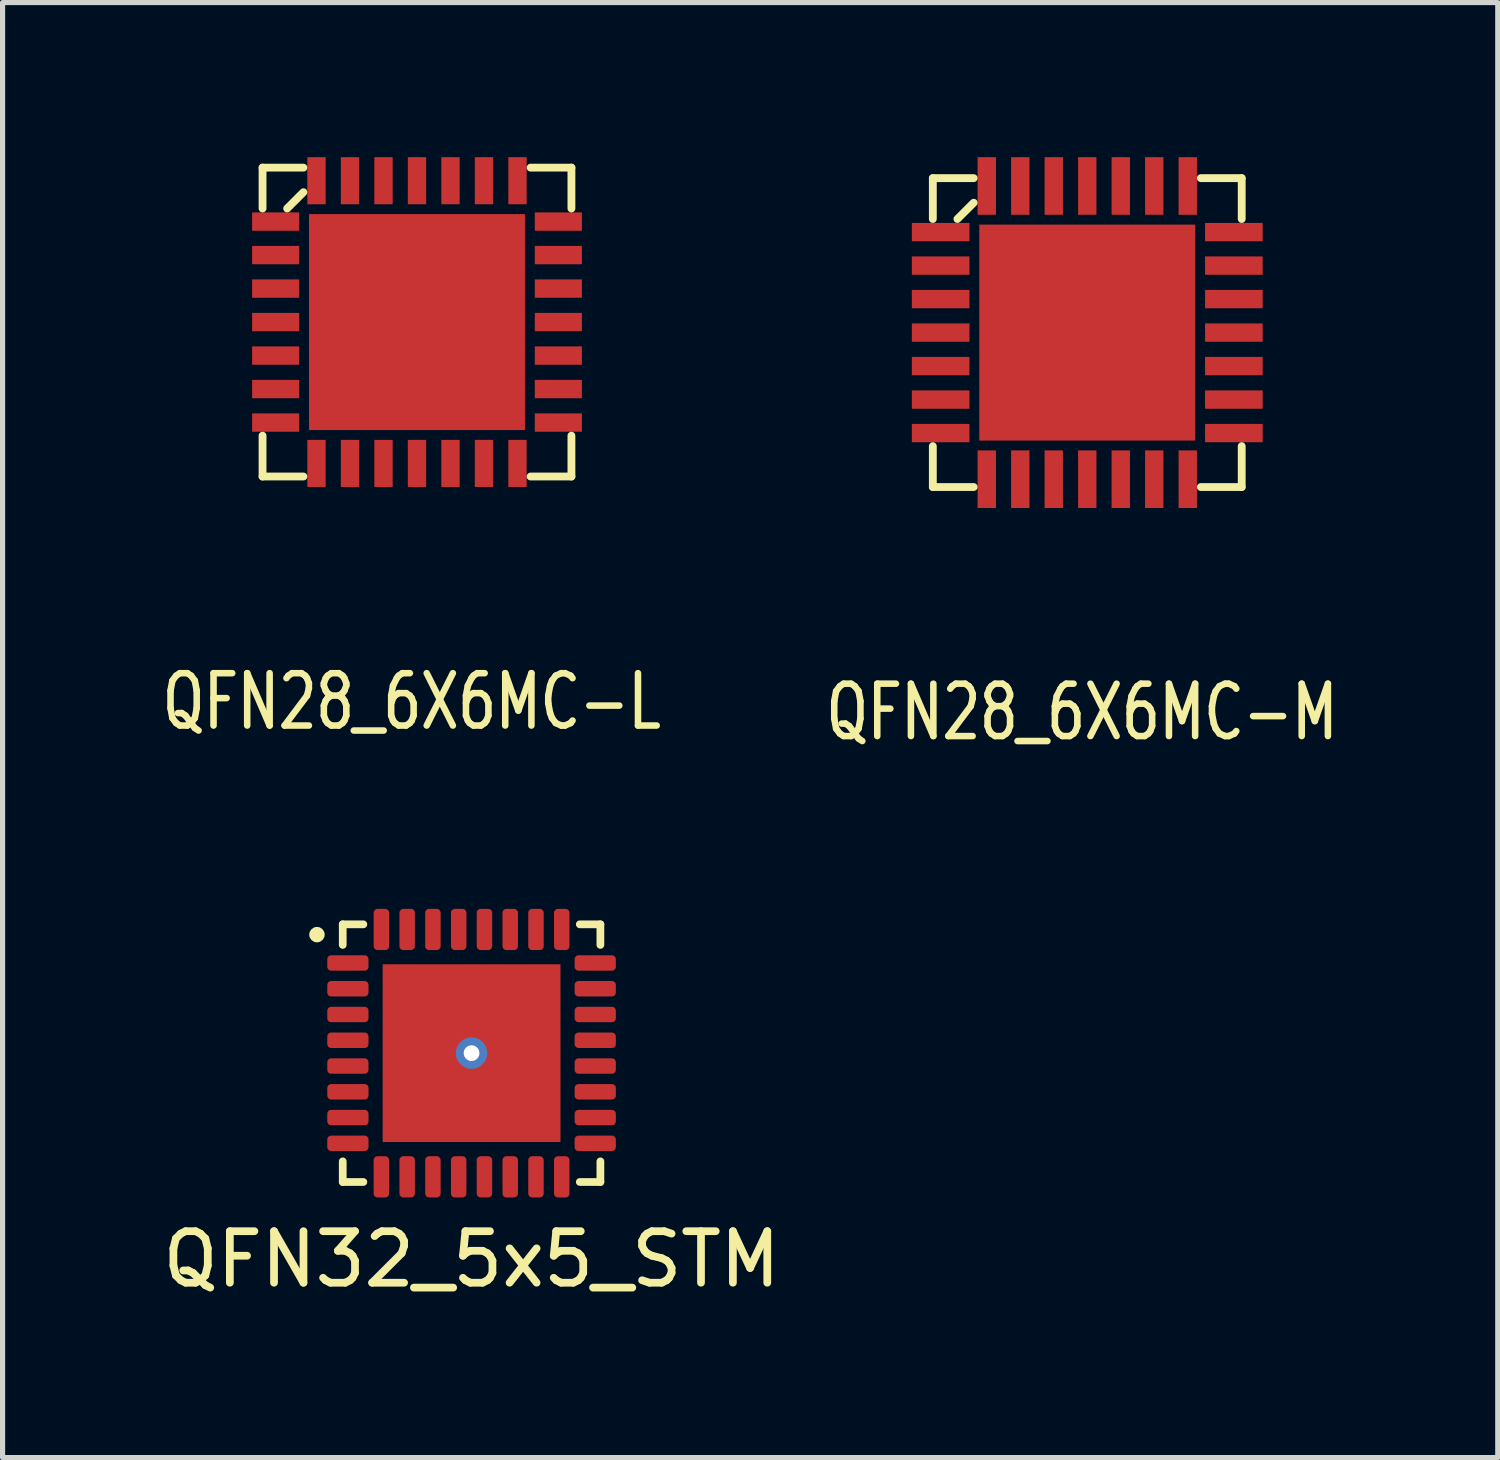
<source format=kicad_pcb>
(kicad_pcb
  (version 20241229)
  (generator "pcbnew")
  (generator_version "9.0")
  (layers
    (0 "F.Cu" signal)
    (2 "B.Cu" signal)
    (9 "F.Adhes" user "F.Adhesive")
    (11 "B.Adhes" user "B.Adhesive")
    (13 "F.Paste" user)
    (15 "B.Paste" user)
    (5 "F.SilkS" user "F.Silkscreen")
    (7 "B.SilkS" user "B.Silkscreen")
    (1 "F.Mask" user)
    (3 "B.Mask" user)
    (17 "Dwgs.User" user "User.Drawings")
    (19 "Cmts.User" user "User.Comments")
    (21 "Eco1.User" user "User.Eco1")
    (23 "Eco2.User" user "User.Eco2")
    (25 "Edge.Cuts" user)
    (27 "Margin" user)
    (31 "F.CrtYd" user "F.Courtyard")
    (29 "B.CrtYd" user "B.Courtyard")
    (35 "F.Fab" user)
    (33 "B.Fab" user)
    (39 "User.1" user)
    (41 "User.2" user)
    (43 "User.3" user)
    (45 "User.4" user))
  (footprint "QFN28_6X6MC-M"
    (layer "F.Cu")
    (at 18.049 3.404)
    (property "Reference" "QFN28_6X6MC-M" (at -0.102 7.366 0) (layer "F.SilkS") (effects (font (size 1.016 0.762) (thickness 0.127))))
    (attr smd)
    (fp_line (start -2.997 -2.997) (end -2.997 -2.204) (stroke (width 0.152) (type solid)) (layer "F.SilkS"))
    (fp_line (start -2.997 2.204) (end -2.997 2.997) (stroke (width 0.152) (type solid)) (layer "F.SilkS"))
    (fp_line (start -2.997 2.997) (end -2.204 2.997) (stroke (width 0.152) (type solid)) (layer "F.SilkS"))
    (fp_line (start -2.52 -2.204) (end -2.204 -2.52) (stroke (width 0.152) (type solid)) (layer "F.SilkS"))
    (fp_line (start -2.204 -2.997) (end -2.997 -2.997) (stroke (width 0.152) (type solid)) (layer "F.SilkS"))
    (fp_line (start 2.204 2.997) (end 2.997 2.997) (stroke (width 0.152) (type solid)) (layer "F.SilkS"))
    (fp_line (start 2.997 -2.997) (end 2.204 -2.997) (stroke (width 0.152) (type solid)) (layer "F.SilkS"))
    (fp_line (start 2.997 -2.204) (end 2.997 -2.997) (stroke (width 0.152) (type solid)) (layer "F.SilkS"))
    (fp_line (start 2.997 2.997) (end 2.997 2.204) (stroke (width 0.152) (type solid)) (layer "F.SilkS"))
    (pad "1" smd rect (at -2.845 -1.95) (size 1.118 0.356) (layers "F.Cu" "F.Mask" "F.Paste"))
    (pad "2" smd rect (at -2.845 -1.3) (size 1.118 0.356) (layers "F.Cu" "F.Mask" "F.Paste"))
    (pad "3" smd rect (at -2.845 -0.65) (size 1.118 0.356) (layers "F.Cu" "F.Mask" "F.Paste"))
    (pad "4" smd rect (at -2.845 0) (size 1.118 0.356) (layers "F.Cu" "F.Mask" "F.Paste"))
    (pad "5" smd rect (at -2.845 0.65) (size 1.118 0.356) (layers "F.Cu" "F.Mask" "F.Paste"))
    (pad "6" smd rect (at -2.845 1.3) (size 1.118 0.356) (layers "F.Cu" "F.Mask" "F.Paste"))
    (pad "7" smd rect (at -2.845 1.95) (size 1.118 0.356) (layers "F.Cu" "F.Mask" "F.Paste"))
    (pad "8" smd rect (at -1.95 2.845 270) (size 1.118 0.356) (layers "F.Cu" "F.Mask" "F.Paste"))
    (pad "9" smd rect (at -1.3 2.845 270) (size 1.118 0.356) (layers "F.Cu" "F.Mask" "F.Paste"))
    (pad "10" smd rect (at -0.65 2.845 270) (size 1.118 0.356) (layers "F.Cu" "F.Mask" "F.Paste"))
    (pad "11" smd rect (at 0 2.845 270) (size 1.118 0.356) (layers "F.Cu" "F.Mask" "F.Paste"))
    (pad "12" smd rect (at 0.65 2.845 270) (size 1.118 0.356) (layers "F.Cu" "F.Mask" "F.Paste"))
    (pad "13" smd rect (at 1.3 2.845 270) (size 1.118 0.356) (layers "F.Cu" "F.Mask" "F.Paste"))
    (pad "14" smd rect (at 1.95 2.845 270) (size 1.118 0.356) (layers "F.Cu" "F.Mask" "F.Paste"))
    (pad "15" smd rect (at 2.845 1.95) (size 1.118 0.356) (layers "F.Cu" "F.Mask" "F.Paste"))
    (pad "16" smd rect (at 2.845 1.3) (size 1.118 0.356) (layers "F.Cu" "F.Mask" "F.Paste"))
    (pad "17" smd rect (at 2.845 0.65) (size 1.118 0.356) (layers "F.Cu" "F.Mask" "F.Paste"))
    (pad "18" smd rect (at 2.845 0) (size 1.118 0.356) (layers "F.Cu" "F.Mask" "F.Paste"))
    (pad "19" smd rect (at 2.845 -0.65) (size 1.118 0.356) (layers "F.Cu" "F.Mask" "F.Paste"))
    (pad "20" smd rect (at 2.845 -1.3) (size 1.118 0.356) (layers "F.Cu" "F.Mask" "F.Paste"))
    (pad "21" smd rect (at 2.845 -1.95) (size 1.118 0.356) (layers "F.Cu" "F.Mask" "F.Paste"))
    (pad "22" smd rect (at 1.95 -2.845 270) (size 1.118 0.356) (layers "F.Cu" "F.Mask" "F.Paste"))
    (pad "23" smd rect (at 1.3 -2.845 270) (size 1.118 0.356) (layers "F.Cu" "F.Mask" "F.Paste"))
    (pad "24" smd rect (at 0.65 -2.845 270) (size 1.118 0.356) (layers "F.Cu" "F.Mask" "F.Paste"))
    (pad "25" smd rect (at 0 -2.845 270) (size 1.118 0.356) (layers "F.Cu" "F.Mask" "F.Paste"))
    (pad "26" smd rect (at -0.65 -2.845 270) (size 1.118 0.356) (layers "F.Cu" "F.Mask" "F.Paste"))
    (pad "27" smd rect (at -1.3 -2.845 270) (size 1.118 0.356) (layers "F.Cu" "F.Mask" "F.Paste"))
    (pad "28" smd rect (at -1.95 -2.845 270) (size 1.118 0.356) (layers "F.Cu" "F.Mask" "F.Paste"))
    (pad "29" smd rect (at 0 0) (size 4.191 4.191) (layers "F.Cu" "F.Mask" "F.Paste")))
  (footprint "QFN32_5x5_STM"
    (layer "F.Cu")
    (at 6.101 17.387)
    (property "Reference" "QFN32_5x5_STM" (at 0 4 0) (layer "F.SilkS") (effects (font (size 1 1) (thickness 0.15))))
    (attr smd)
    (fp_line (start -2.5 -2.5) (end -2.5 -2.1) (stroke (width 0.15) (type solid)) (layer "F.SilkS"))
    (fp_line (start -2.5 -2.5) (end -2.1 -2.5) (stroke (width 0.15) (type solid)) (layer "F.SilkS"))
    (fp_line (start -2.5 2.5) (end -2.5 2.1) (stroke (width 0.15) (type solid)) (layer "F.SilkS"))
    (fp_line (start -2.5 2.5) (end -2.1 2.5) (stroke (width 0.15) (type solid)) (layer "F.SilkS"))
    (fp_line (start 2.5 -2.5) (end 2.1 -2.5) (stroke (width 0.15) (type solid)) (layer "F.SilkS"))
    (fp_line (start 2.5 -2.5) (end 2.5 -2.1) (stroke (width 0.15) (type solid)) (layer "F.SilkS"))
    (fp_line (start 2.5 2.5) (end 2.1 2.5) (stroke (width 0.15) (type solid)) (layer "F.SilkS"))
    (fp_line (start 2.5 2.5) (end 2.5 2.1) (stroke (width 0.15) (type solid)) (layer "F.SilkS"))
    (fp_circle (center -3 -2.3) (end -2.925 -2.3) (stroke (width 0.15) (type solid)) (fill no) (layer "F.SilkS"))
    (pad "1" smd roundrect (at -2.4 -1.75) (size 0.8 0.3) (layers "F.Cu" "F.Mask" "F.Paste") (roundrect_rratio 0.25))
    (pad "2" smd roundrect (at -2.4 -1.25) (size 0.8 0.3) (layers "F.Cu" "F.Mask" "F.Paste") (roundrect_rratio 0.25))
    (pad "3" smd roundrect (at -2.4 -0.75) (size 0.8 0.3) (layers "F.Cu" "F.Mask" "F.Paste") (roundrect_rratio 0.25))
    (pad "4" smd roundrect (at -2.4 -0.25) (size 0.8 0.3) (layers "F.Cu" "F.Mask" "F.Paste") (roundrect_rratio 0.25))
    (pad "5" smd roundrect (at -2.4 0.25) (size 0.8 0.3) (layers "F.Cu" "F.Mask" "F.Paste") (roundrect_rratio 0.25))
    (pad "6" smd roundrect (at -2.4 0.75) (size 0.8 0.3) (layers "F.Cu" "F.Mask" "F.Paste") (roundrect_rratio 0.25))
    (pad "7" smd roundrect (at -2.4 1.25) (size 0.8 0.3) (layers "F.Cu" "F.Mask" "F.Paste") (roundrect_rratio 0.25))
    (pad "8" smd roundrect (at -2.4 1.75) (size 0.8 0.3) (layers "F.Cu" "F.Mask" "F.Paste") (roundrect_rratio 0.25))
    (pad "9" smd roundrect (at -1.75 2.4) (size 0.3 0.8) (layers "F.Cu" "F.Mask" "F.Paste") (roundrect_rratio 0.25))
    (pad "10" smd roundrect (at -1.25 2.4) (size 0.3 0.8) (layers "F.Cu" "F.Mask" "F.Paste") (roundrect_rratio 0.25))
    (pad "11" smd roundrect (at -0.75 2.4) (size 0.3 0.8) (layers "F.Cu" "F.Mask" "F.Paste") (roundrect_rratio 0.25))
    (pad "12" smd roundrect (at -0.25 2.4) (size 0.3 0.8) (layers "F.Cu" "F.Mask" "F.Paste") (roundrect_rratio 0.25))
    (pad "13" smd roundrect (at 0.25 2.4) (size 0.3 0.8) (layers "F.Cu" "F.Mask" "F.Paste") (roundrect_rratio 0.25))
    (pad "14" smd roundrect (at 0.75 2.4) (size 0.3 0.8) (layers "F.Cu" "F.Mask" "F.Paste") (roundrect_rratio 0.25))
    (pad "15" smd roundrect (at 1.25 2.4) (size 0.3 0.8) (layers "F.Cu" "F.Mask" "F.Paste") (roundrect_rratio 0.25))
    (pad "16" smd roundrect (at 1.75 2.4) (size 0.3 0.8) (layers "F.Cu" "F.Mask" "F.Paste") (roundrect_rratio 0.25))
    (pad "17" smd roundrect (at 2.4 1.75) (size 0.8 0.3) (layers "F.Cu" "F.Mask" "F.Paste") (roundrect_rratio 0.25))
    (pad "18" smd roundrect (at 2.4 1.25) (size 0.8 0.3) (layers "F.Cu" "F.Mask" "F.Paste") (roundrect_rratio 0.25))
    (pad "19" smd roundrect (at 2.4 0.75) (size 0.8 0.3) (layers "F.Cu" "F.Mask" "F.Paste") (roundrect_rratio 0.25))
    (pad "20" smd roundrect (at 2.4 0.25) (size 0.8 0.3) (layers "F.Cu" "F.Mask" "F.Paste") (roundrect_rratio 0.25))
    (pad "21" smd roundrect (at 2.4 -0.25) (size 0.8 0.3) (layers "F.Cu" "F.Mask" "F.Paste") (roundrect_rratio 0.25))
    (pad "22" smd roundrect (at 2.4 -0.75) (size 0.8 0.3) (layers "F.Cu" "F.Mask" "F.Paste") (roundrect_rratio 0.25))
    (pad "23" smd roundrect (at 2.4 -1.25) (size 0.8 0.3) (layers "F.Cu" "F.Mask" "F.Paste") (roundrect_rratio 0.25))
    (pad "24" smd roundrect (at 2.4 -1.75) (size 0.8 0.3) (layers "F.Cu" "F.Mask" "F.Paste") (roundrect_rratio 0.25))
    (pad "25" smd roundrect (at 1.75 -2.4) (size 0.3 0.8) (layers "F.Cu" "F.Mask" "F.Paste") (roundrect_rratio 0.25))
    (pad "26" smd roundrect (at 1.25 -2.4) (size 0.3 0.8) (layers "F.Cu" "F.Mask" "F.Paste") (roundrect_rratio 0.25))
    (pad "27" smd roundrect (at 0.75 -2.4) (size 0.3 0.8) (layers "F.Cu" "F.Mask" "F.Paste") (roundrect_rratio 0.25))
    (pad "28" smd roundrect (at 0.25 -2.4) (size 0.3 0.8) (layers "F.Cu" "F.Mask" "F.Paste") (roundrect_rratio 0.25))
    (pad "29" smd roundrect (at -0.25 -2.4) (size 0.3 0.8) (layers "F.Cu" "F.Mask" "F.Paste") (roundrect_rratio 0.25))
    (pad "30" smd roundrect (at -0.75 -2.4) (size 0.3 0.8) (layers "F.Cu" "F.Mask" "F.Paste") (roundrect_rratio 0.25))
    (pad "31" smd roundrect (at -1.25 -2.4) (size 0.3 0.8) (layers "F.Cu" "F.Mask" "F.Paste") (roundrect_rratio 0.25))
    (pad "32" smd roundrect (at -1.75 -2.4) (size 0.3 0.8) (layers "F.Cu" "F.Mask" "F.Paste") (roundrect_rratio 0.25))
    (pad "33" thru_hole circle (at 0 0) (size 0.61 0.61) (drill 0.305) (layers "*.Cu" "*.Mask"))
    (pad "33" smd rect (at 0 0) (size 3.45 3.45) (layers "F.Cu" "F.Mask" "F.Paste")))
  (footprint "QFN28_6X6MC-L"
    (layer "F.Cu")
    (at 5.042 3.2)
    (property "Reference" "QFN28_6X6MC-L" (at -0.102 7.366 0) (layer "F.SilkS") (effects (font (size 1.016 0.762) (thickness 0.127))))
    (attr smd)
    (fp_line (start -2.997 -2.997) (end -2.997 -2.204) (stroke (width 0.152) (type solid)) (layer "F.SilkS"))
    (fp_line (start -2.997 2.204) (end -2.997 2.997) (stroke (width 0.152) (type solid)) (layer "F.SilkS"))
    (fp_line (start -2.997 2.997) (end -2.204 2.997) (stroke (width 0.152) (type solid)) (layer "F.SilkS"))
    (fp_line (start -2.52 -2.204) (end -2.204 -2.52) (stroke (width 0.152) (type solid)) (layer "F.SilkS"))
    (fp_line (start -2.204 -2.997) (end -2.997 -2.997) (stroke (width 0.152) (type solid)) (layer "F.SilkS"))
    (fp_line (start 2.204 2.997) (end 2.997 2.997) (stroke (width 0.152) (type solid)) (layer "F.SilkS"))
    (fp_line (start 2.997 -2.997) (end 2.204 -2.997) (stroke (width 0.152) (type solid)) (layer "F.SilkS"))
    (fp_line (start 2.997 -2.204) (end 2.997 -2.997) (stroke (width 0.152) (type solid)) (layer "F.SilkS"))
    (fp_line (start 2.997 2.997) (end 2.997 2.204) (stroke (width 0.152) (type solid)) (layer "F.SilkS"))
    (pad "1" smd rect (at -2.743 -1.95) (size 0.914 0.356) (layers "F.Cu" "F.Mask" "F.Paste"))
    (pad "2" smd rect (at -2.743 -1.3) (size 0.914 0.356) (layers "F.Cu" "F.Mask" "F.Paste"))
    (pad "3" smd rect (at -2.743 -0.65) (size 0.914 0.356) (layers "F.Cu" "F.Mask" "F.Paste"))
    (pad "4" smd rect (at -2.743 0) (size 0.914 0.356) (layers "F.Cu" "F.Mask" "F.Paste"))
    (pad "5" smd rect (at -2.743 0.65) (size 0.914 0.356) (layers "F.Cu" "F.Mask" "F.Paste"))
    (pad "6" smd rect (at -2.743 1.3) (size 0.914 0.356) (layers "F.Cu" "F.Mask" "F.Paste"))
    (pad "7" smd rect (at -2.743 1.95) (size 0.914 0.356) (layers "F.Cu" "F.Mask" "F.Paste"))
    (pad "8" smd rect (at -1.95 2.743 270) (size 0.914 0.356) (layers "F.Cu" "F.Mask" "F.Paste"))
    (pad "9" smd rect (at -1.3 2.743 270) (size 0.914 0.356) (layers "F.Cu" "F.Mask" "F.Paste"))
    (pad "10" smd rect (at -0.65 2.743 270) (size 0.914 0.356) (layers "F.Cu" "F.Mask" "F.Paste"))
    (pad "11" smd rect (at 0 2.743 270) (size 0.914 0.356) (layers "F.Cu" "F.Mask" "F.Paste"))
    (pad "12" smd rect (at 0.65 2.743 270) (size 0.914 0.356) (layers "F.Cu" "F.Mask" "F.Paste"))
    (pad "13" smd rect (at 1.3 2.743 270) (size 0.914 0.356) (layers "F.Cu" "F.Mask" "F.Paste"))
    (pad "14" smd rect (at 1.95 2.743 270) (size 0.914 0.356) (layers "F.Cu" "F.Mask" "F.Paste"))
    (pad "15" smd rect (at 2.743 1.95) (size 0.914 0.356) (layers "F.Cu" "F.Mask" "F.Paste"))
    (pad "16" smd rect (at 2.743 1.3) (size 0.914 0.356) (layers "F.Cu" "F.Mask" "F.Paste"))
    (pad "17" smd rect (at 2.743 0.65) (size 0.914 0.356) (layers "F.Cu" "F.Mask" "F.Paste"))
    (pad "18" smd rect (at 2.743 0) (size 0.914 0.356) (layers "F.Cu" "F.Mask" "F.Paste"))
    (pad "19" smd rect (at 2.743 -0.65) (size 0.914 0.356) (layers "F.Cu" "F.Mask" "F.Paste"))
    (pad "20" smd rect (at 2.743 -1.3) (size 0.914 0.356) (layers "F.Cu" "F.Mask" "F.Paste"))
    (pad "21" smd rect (at 2.743 -1.95) (size 0.914 0.356) (layers "F.Cu" "F.Mask" "F.Paste"))
    (pad "22" smd rect (at 1.95 -2.743 270) (size 0.914 0.356) (layers "F.Cu" "F.Mask" "F.Paste"))
    (pad "23" smd rect (at 1.3 -2.743 270) (size 0.914 0.356) (layers "F.Cu" "F.Mask" "F.Paste"))
    (pad "24" smd rect (at 0.65 -2.743 270) (size 0.914 0.356) (layers "F.Cu" "F.Mask" "F.Paste"))
    (pad "25" smd rect (at 0 -2.743 270) (size 0.914 0.356) (layers "F.Cu" "F.Mask" "F.Paste"))
    (pad "26" smd rect (at -0.65 -2.743 270) (size 0.914 0.356) (layers "F.Cu" "F.Mask" "F.Paste"))
    (pad "27" smd rect (at -1.3 -2.743 270) (size 0.914 0.356) (layers "F.Cu" "F.Mask" "F.Paste"))
    (pad "28" smd rect (at -1.95 -2.743 270) (size 0.914 0.356) (layers "F.Cu" "F.Mask" "F.Paste"))
    (pad "29" smd rect (at 0 0) (size 4.191 4.191) (layers "F.Cu" "F.Mask" "F.Paste")))
  (gr_rect
    (start -3 -3)
    (end 26.015 25.235)
    (stroke (width 0.1) (type default))
    (fill no)
    (layer "Edge.Cuts")))
</source>
